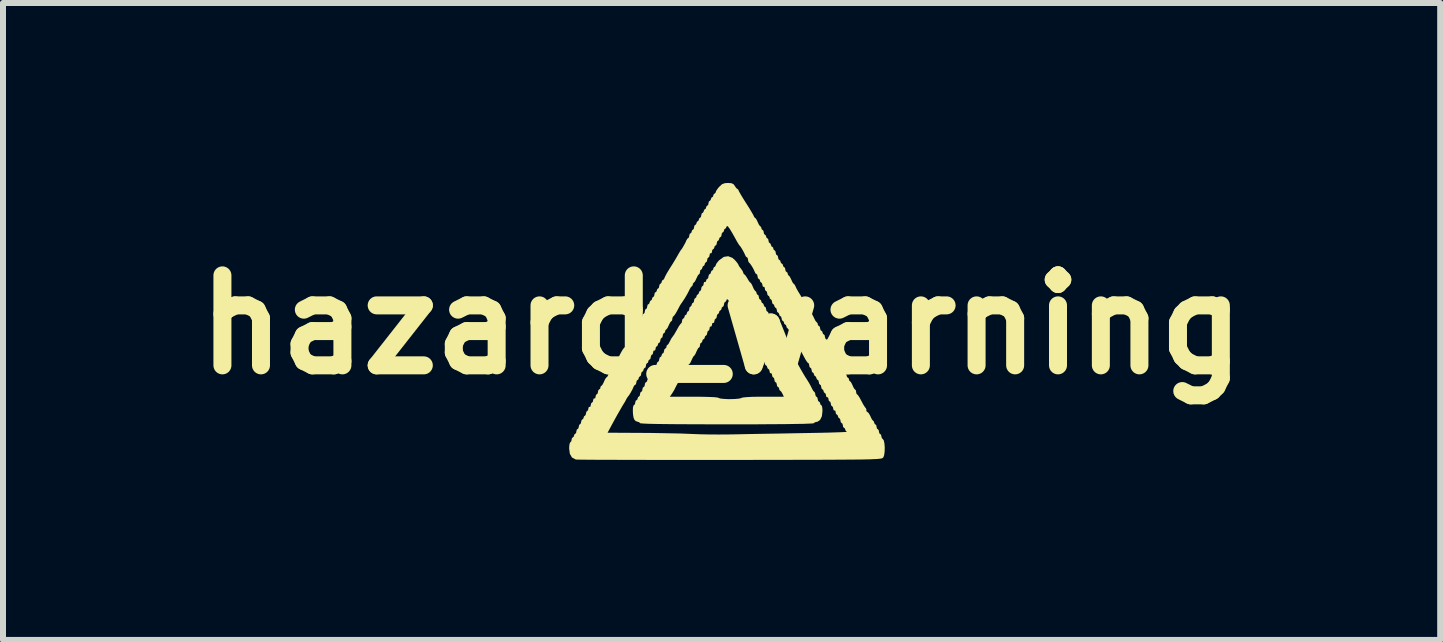
<source format=kicad_pcb>
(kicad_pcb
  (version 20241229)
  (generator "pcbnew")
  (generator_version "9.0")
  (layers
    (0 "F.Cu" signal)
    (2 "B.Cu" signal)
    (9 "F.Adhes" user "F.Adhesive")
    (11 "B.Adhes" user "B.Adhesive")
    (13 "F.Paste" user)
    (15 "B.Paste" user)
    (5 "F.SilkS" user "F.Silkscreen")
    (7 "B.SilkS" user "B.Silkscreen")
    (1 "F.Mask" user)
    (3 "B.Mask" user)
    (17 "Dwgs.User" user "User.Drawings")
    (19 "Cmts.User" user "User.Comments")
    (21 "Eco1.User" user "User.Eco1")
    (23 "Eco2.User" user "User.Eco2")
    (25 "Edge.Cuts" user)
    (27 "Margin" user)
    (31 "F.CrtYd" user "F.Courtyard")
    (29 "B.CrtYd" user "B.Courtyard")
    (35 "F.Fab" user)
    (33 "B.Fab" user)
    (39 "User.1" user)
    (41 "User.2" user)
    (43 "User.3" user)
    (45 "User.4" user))
  (footprint "hazard_warning"
    (layer "F.Cu")
    (at 8.979 2.362)
    (property "Reference" "hazard_warning" (at 0 0 0) (layer "F.SilkS") (effects (font (size 1.5 1.5) (thickness 0.3))))
    (attr board_only exclude_from_pos_files exclude_from_bom)
    (fp_poly (pts (xy 0.18 -1.113) (xy 0.22 -1.078) (xy 0.257 -1.035) (xy 0.278 -1.004) (xy 0.28 -0.997) (xy 0.293 -0.971) (xy 0.32 -0.936) (xy 0.349 -0.896) (xy 0.36 -0.867) (xy 0.37 -0.843) (xy 0.376 -0.841) (xy 0.394 -0.825) (xy 0.421 -0.785) (xy 0.429 -0.771) (xy 0.456 -0.726) (xy 0.476 -0.702) (xy 0.48 -0.701) (xy 0.495 -0.684) (xy 0.516 -0.643) (xy 0.52 -0.63) (xy 0.542 -0.585) (xy 0.561 -0.561) (xy 0.564 -0.56) (xy 0.579 -0.544) (xy 0.58 -0.53) (xy 0.591 -0.504) (xy 0.6 -0.5) (xy 0.617 -0.484) (xy 0.62 -0.46) (xy 0.629 -0.428) (xy 0.641 -0.42) (xy 0.658 -0.404) (xy 0.661 -0.39) (xy 0.671 -0.364) (xy 0.681 -0.36) (xy 0.698 -0.344) (xy 0.701 -0.33) (xy 0.711 -0.304) (xy 0.721 -0.3) (xy 0.737 -0.283) (xy 0.741 -0.26) (xy 0.749 -0.228) (xy 0.761 -0.22) (xy 0.778 -0.204) (xy 0.781 -0.19) (xy 0.791 -0.164) (xy 0.801 -0.16) (xy 0.818 -0.144) (xy 0.821 -0.13) (xy 0.831 -0.103) (xy 0.841 -0.1) (xy 0.857 -0.083) (xy 0.861 -0.06) (xy 0.869 -0.028) (xy 0.881 -0.02) (xy 0.898 -0.003) (xy 0.901 0.016) (xy 0.916 0.054) (xy 0.941 0.08) (xy 0.972 0.116) (xy 0.981 0.145) (xy 0.99 0.175) (xy 1.001 0.18) (xy 1.017 0.197) (xy 1.021 0.22) (xy 1.029 0.253) (xy 1.041 0.26) (xy 1.059 0.276) (xy 1.061 0.289) (xy 1.07 0.318) (xy 1.076 0.324) (xy 1.092 0.344) (xy 1.119 0.389) (xy 1.141 0.43) (xy 1.17 0.487) (xy 1.192 0.528) (xy 1.201 0.54) (xy 1.21 0.552) (xy 1.226 0.578) (xy 1.252 0.623) (xy 1.291 0.694) (xy 1.316 0.739) (xy 1.359 0.813) (xy 1.405 0.889) (xy 1.42 0.911) (xy 1.46 0.976) (xy 1.494 1.039) (xy 1.502 1.057) (xy 1.525 1.099) (xy 1.544 1.12) (xy 1.546 1.121) (xy 1.558 1.138) (xy 1.561 1.161) (xy 1.57 1.193) (xy 1.581 1.201) (xy 1.598 1.218) (xy 1.601 1.241) (xy 1.61 1.274) (xy 1.621 1.281) (xy 1.639 1.297) (xy 1.641 1.311) (xy 1.652 1.338) (xy 1.661 1.341) (xy 1.673 1.359) (xy 1.68 1.405) (xy 1.681 1.441) (xy 1.671 1.527) (xy 1.641 1.588) (xy 1.596 1.619) (xy 1.577 1.621) (xy 1.547 1.631) (xy 1.541 1.641) (xy 1.521 1.646) (xy 1.462 1.649) (xy 1.363 1.653) (xy 1.225 1.655) (xy 1.049 1.658) (xy 0.834 1.659) (xy 0.582 1.661) (xy 0.292 1.661) (xy 0.09 1.661) (xy -0.223 1.661) (xy -0.499 1.66) (xy -0.737 1.659) (xy -0.938 1.657) (xy -1.1 1.655) (xy -1.224 1.652) (xy -1.308 1.648) (xy -1.353 1.644) (xy -1.361 1.641) (xy -1.377 1.624) (xy -1.394 1.621) (xy -1.432 1.607) (xy -1.453 1.586) (xy -1.468 1.551) (xy -1.477 1.496) (xy -1.48 1.436) (xy -1.478 1.382) (xy -1.469 1.347) (xy -1.461 1.341) (xy -1.445 1.324) (xy -1.441 1.301) (xy -1.433 1.268) (xy -1.421 1.261) (xy -1.403 1.245) (xy -1.401 1.231) (xy -1.39 1.204) (xy -1.381 1.201) (xy -0.863 1.201) (xy -0.463 1.201) (xy -0.321 1.202) (xy -0.205 1.205) (xy -0.118 1.209) (xy -0.066 1.215) (xy -0.05 1.221) (xy -0.026 1.23) (xy 0.029 1.237) (xy 0.104 1.241) (xy 0.14 1.241) (xy 0.221 1.239) (xy 0.285 1.233) (xy 0.324 1.225) (xy 0.33 1.221) (xy 0.355 1.214) (xy 0.414 1.208) (xy 0.505 1.203) (xy 0.623 1.201) (xy 0.69 1.201) (xy 1.037 1.201) (xy 1.014 1.151) (xy 0.992 1.114) (xy 0.976 1.101) (xy 0.962 1.085) (xy 0.961 1.071) (xy 0.95 1.044) (xy 0.941 1.041) (xy 0.924 1.024) (xy 0.921 1.001) (xy 0.912 0.968) (xy 0.901 0.961) (xy 0.884 0.944) (xy 0.881 0.921) (xy 0.872 0.888) (xy 0.861 0.881) (xy 0.845 0.864) (xy 0.841 0.839) (xy 0.833 0.812) (xy 0.821 0.811) (xy 0.805 0.805) (xy 0.801 0.782) (xy 0.792 0.749) (xy 0.781 0.741) (xy 0.763 0.724) (xy 0.761 0.711) (xy 0.75 0.684) (xy 0.741 0.681) (xy 0.724 0.664) (xy 0.721 0.641) (xy 0.712 0.608) (xy 0.701 0.6) (xy 0.684 0.584) (xy 0.681 0.559) (xy 0.673 0.532) (xy 0.661 0.53) (xy 0.645 0.524) (xy 0.641 0.502) (xy 0.632 0.468) (xy 0.62 0.46) (xy 0.604 0.444) (xy 0.6 0.42) (xy 0.592 0.388) (xy 0.58 0.38) (xy 0.563 0.364) (xy 0.56 0.35) (xy 0.552 0.324) (xy 0.544 0.32) (xy 0.527 0.304) (xy 0.505 0.262) (xy 0.5 0.25) (xy 0.479 0.205) (xy 0.46 0.181) (xy 0.457 0.18) (xy 0.443 0.163) (xy 0.44 0.14) (xy 0.433 0.108) (xy 0.423 0.1) (xy 0.403 0.084) (xy 0.394 0.065) (xy 0.377 0.026) (xy 0.349 -0.026) (xy 0.319 -0.074) (xy 0.3 -0.1) (xy 0.289 -0.114) (xy 0.27 -0.146) (xy 0.237 -0.203) (xy 0.211 -0.25) (xy 0.158 -0.34) (xy 0.121 -0.397) (xy 0.098 -0.423) (xy 0.086 -0.421) (xy 0.084 -0.415) (xy 0.069 -0.385) (xy 0.059 -0.38) (xy 0.044 -0.364) (xy 0.04 -0.34) (xy 0.032 -0.308) (xy 0.02 -0.3) (xy 0.002 -0.284) (xy 0 -0.27) (xy -0.011 -0.244) (xy -0.02 -0.24) (xy -0.038 -0.224) (xy -0.04 -0.21) (xy -0.051 -0.184) (xy -0.06 -0.18) (xy -0.076 -0.163) (xy -0.08 -0.14) (xy -0.088 -0.108) (xy -0.1 -0.1) (xy -0.116 -0.083) (xy -0.12 -0.059) (xy -0.128 -0.031) (xy -0.14 -0.03) (xy -0.156 -0.024) (xy -0.16 0) (xy -0.168 0.028) (xy -0.18 0.03) (xy -0.196 0.036) (xy -0.2 0.059) (xy -0.208 0.092) (xy -0.22 0.1) (xy -0.236 0.117) (xy -0.24 0.14) (xy -0.249 0.173) (xy -0.26 0.18) (xy -0.278 0.196) (xy -0.28 0.21) (xy -0.291 0.237) (xy -0.3 0.24) (xy -0.318 0.256) (xy -0.32 0.27) (xy -0.331 0.297) (xy -0.34 0.3) (xy -0.357 0.317) (xy -0.36 0.34) (xy -0.367 0.373) (xy -0.377 0.38) (xy -0.394 0.397) (xy -0.415 0.438) (xy -0.42 0.45) (xy -0.441 0.496) (xy -0.458 0.519) (xy -0.46 0.52) (xy -0.475 0.537) (xy -0.495 0.578) (xy -0.5 0.59) (xy -0.522 0.636) (xy -0.541 0.66) (xy -0.544 0.661) (xy -0.56 0.676) (xy -0.56 0.68) (xy -0.571 0.706) (xy -0.597 0.754) (xy -0.63 0.809) (xy -0.667 0.869) (xy -0.692 0.916) (xy -0.701 0.94) (xy -0.712 0.96) (xy -0.716 0.961) (xy -0.733 0.977) (xy -0.755 1.018) (xy -0.759 1.026) (xy -0.791 1.09) (xy -0.825 1.146) (xy -0.863 1.201) (xy -1.381 1.201) (xy -1.365 1.184) (xy -1.361 1.161) (xy -1.353 1.128) (xy -1.341 1.121) (xy -1.325 1.104) (xy -1.321 1.081) (xy -1.313 1.048) (xy -1.301 1.041) (xy -1.285 1.024) (xy -1.281 1.001) (xy -1.273 0.968) (xy -1.261 0.961) (xy -1.243 0.945) (xy -1.241 0.931) (xy -1.23 0.904) (xy -1.221 0.901) (xy -1.205 0.884) (xy -1.201 0.859) (xy -1.193 0.832) (xy -1.181 0.831) (xy -1.165 0.825) (xy -1.161 0.802) (xy -1.153 0.769) (xy -1.141 0.761) (xy -1.125 0.744) (xy -1.121 0.721) (xy -1.113 0.688) (xy -1.101 0.681) (xy -1.083 0.664) (xy -1.081 0.651) (xy -1.07 0.624) (xy -1.061 0.62) (xy -1.045 0.604) (xy -1.041 0.58) (xy -1.032 0.548) (xy -1.021 0.54) (xy -1.003 0.524) (xy -1.001 0.51) (xy -0.99 0.484) (xy -0.981 0.48) (xy -0.965 0.464) (xy -0.961 0.44) (xy -0.952 0.408) (xy -0.941 0.4) (xy -0.923 0.384) (xy -0.921 0.37) (xy -0.913 0.344) (xy -0.906 0.34) (xy -0.888 0.324) (xy -0.866 0.284) (xy -0.864 0.28) (xy -0.838 0.23) (xy -0.813 0.195) (xy -0.791 0.164) (xy -0.76 0.111) (xy -0.74 0.075) (xy -0.71 0.022) (xy -0.685 -0.012) (xy -0.676 -0.02) (xy -0.663 -0.037) (xy -0.661 -0.06) (xy -0.652 -0.093) (xy -0.641 -0.1) (xy -0.623 -0.116) (xy -0.62 -0.13) (xy -0.61 -0.157) (xy -0.6 -0.16) (xy -0.583 -0.176) (xy -0.58 -0.19) (xy -0.57 -0.217) (xy -0.56 -0.22) (xy -0.544 -0.237) (xy -0.54 -0.26) (xy -0.532 -0.293) (xy -0.52 -0.3) (xy -0.503 -0.316) (xy -0.5 -0.33) (xy -0.49 -0.357) (xy -0.48 -0.36) (xy -0.464 -0.377) (xy -0.46 -0.4) (xy -0.452 -0.433) (xy -0.44 -0.44) (xy -0.423 -0.457) (xy -0.42 -0.47) (xy -0.41 -0.497) (xy -0.4 -0.5) (xy -0.383 -0.517) (xy -0.38 -0.53) (xy -0.369 -0.557) (xy -0.36 -0.56) (xy -0.344 -0.577) (xy -0.34 -0.6) (xy -0.332 -0.633) (xy -0.32 -0.641) (xy -0.304 -0.657) (xy -0.3 -0.682) (xy -0.293 -0.709) (xy -0.28 -0.711) (xy -0.263 -0.715) (xy -0.26 -0.729) (xy -0.25 -0.757) (xy -0.24 -0.761) (xy -0.224 -0.777) (xy -0.22 -0.801) (xy -0.212 -0.833) (xy -0.2 -0.841) (xy -0.182 -0.857) (xy -0.18 -0.871) (xy -0.169 -0.897) (xy -0.16 -0.901) (xy -0.142 -0.917) (xy -0.14 -0.931) (xy -0.129 -0.957) (xy -0.12 -0.961) (xy -0.102 -0.977) (xy -0.1 -0.988) (xy -0.087 -1.018) (xy -0.053 -1.061) (xy -0.036 -1.078) (xy 0.037 -1.13) (xy 0.109 -1.141)) (stroke (width 0) (type solid)) (fill yes) (layer "F.SilkS"))
    (fp_poly (pts (xy 0.165 -2.358) (xy 0.199 -2.341) (xy 0.22 -2.312) (xy 0.245 -2.275) (xy 0.264 -2.262) (xy 0.28 -2.247) (xy 0.28 -2.242) (xy 0.291 -2.219) (xy 0.319 -2.169) (xy 0.36 -2.101) (xy 0.41 -2.022) (xy 0.461 -1.942) (xy 0.502 -1.873) (xy 0.53 -1.824) (xy 0.54 -1.801) (xy 0.553 -1.782) (xy 0.557 -1.781) (xy 0.574 -1.765) (xy 0.596 -1.723) (xy 0.6 -1.711) (xy 0.622 -1.666) (xy 0.641 -1.642) (xy 0.644 -1.641) (xy 0.659 -1.625) (xy 0.661 -1.611) (xy 0.671 -1.585) (xy 0.681 -1.581) (xy 0.697 -1.564) (xy 0.701 -1.541) (xy 0.709 -1.509) (xy 0.721 -1.501) (xy 0.738 -1.485) (xy 0.741 -1.471) (xy 0.751 -1.445) (xy 0.761 -1.441) (xy 0.777 -1.424) (xy 0.781 -1.401) (xy 0.789 -1.369) (xy 0.801 -1.361) (xy 0.818 -1.345) (xy 0.821 -1.331) (xy 0.831 -1.304) (xy 0.841 -1.301) (xy 0.858 -1.285) (xy 0.861 -1.271) (xy 0.871 -1.244) (xy 0.881 -1.241) (xy 0.897 -1.224) (xy 0.901 -1.201) (xy 0.909 -1.168) (xy 0.921 -1.161) (xy 0.937 -1.144) (xy 0.941 -1.121) (xy 0.949 -1.088) (xy 0.961 -1.081) (xy 0.979 -1.065) (xy 0.981 -1.051) (xy 0.992 -1.024) (xy 1.001 -1.021) (xy 1.019 -1.005) (xy 1.021 -0.991) (xy 1.032 -0.964) (xy 1.041 -0.961) (xy 1.057 -0.944) (xy 1.061 -0.921) (xy 1.069 -0.888) (xy 1.081 -0.881) (xy 1.099 -0.864) (xy 1.101 -0.851) (xy 1.11 -0.824) (xy 1.117 -0.821) (xy 1.134 -0.804) (xy 1.156 -0.762) (xy 1.161 -0.751) (xy 1.182 -0.705) (xy 1.2 -0.682) (xy 1.202 -0.681) (xy 1.219 -0.664) (xy 1.228 -0.646) (xy 1.245 -0.608) (xy 1.275 -0.554) (xy 1.29 -0.53) (xy 1.332 -0.461) (xy 1.377 -0.384) (xy 1.391 -0.36) (xy 1.442 -0.271) (xy 1.477 -0.213) (xy 1.499 -0.184) (xy 1.503 -0.18) (xy 1.518 -0.157) (xy 1.54 -0.112) (xy 1.543 -0.105) (xy 1.565 -0.062) (xy 1.584 -0.041) (xy 1.586 -0.04) (xy 1.6 -0.024) (xy 1.601 -0.01) (xy 1.612 0.017) (xy 1.621 0.02) (xy 1.638 0.037) (xy 1.641 0.06) (xy 1.65 0.093) (xy 1.661 0.1) (xy 1.679 0.116) (xy 1.681 0.13) (xy 1.692 0.157) (xy 1.701 0.16) (xy 1.718 0.177) (xy 1.721 0.2) (xy 1.73 0.233) (xy 1.741 0.24) (xy 1.759 0.256) (xy 1.761 0.27) (xy 1.772 0.297) (xy 1.781 0.3) (xy 1.798 0.317) (xy 1.801 0.34) (xy 1.81 0.373) (xy 1.821 0.38) (xy 1.839 0.397) (xy 1.841 0.41) (xy 1.852 0.437) (xy 1.861 0.44) (xy 1.878 0.457) (xy 1.881 0.48) (xy 1.89 0.513) (xy 1.901 0.52) (xy 1.918 0.537) (xy 1.922 0.56) (xy 1.93 0.593) (xy 1.942 0.6) (xy 1.959 0.617) (xy 1.962 0.63) (xy 1.972 0.657) (xy 1.982 0.661) (xy 1.999 0.677) (xy 2.002 0.691) (xy 2.012 0.717) (xy 2.022 0.721) (xy 2.038 0.737) (xy 2.042 0.761) (xy 2.05 0.793) (xy 2.062 0.801) (xy 2.078 0.817) (xy 2.082 0.841) (xy 2.09 0.873) (xy 2.102 0.881) (xy 2.119 0.897) (xy 2.122 0.911) (xy 2.13 0.937) (xy 2.138 0.941) (xy 2.155 0.957) (xy 2.177 0.999) (xy 2.182 1.011) (xy 2.203 1.056) (xy 2.222 1.08) (xy 2.225 1.081) (xy 2.239 1.098) (xy 2.242 1.121) (xy 2.248 1.153) (xy 2.258 1.161) (xy 2.274 1.177) (xy 2.302 1.22) (xy 2.329 1.271) (xy 2.361 1.331) (xy 2.389 1.375) (xy 2.404 1.392) (xy 2.414 1.416) (xy 2.411 1.423) (xy 2.415 1.445) (xy 2.427 1.452) (xy 2.453 1.477) (xy 2.479 1.523) (xy 2.482 1.532) (xy 2.504 1.577) (xy 2.523 1.6) (xy 2.526 1.601) (xy 2.54 1.618) (xy 2.542 1.631) (xy 2.553 1.658) (xy 2.562 1.661) (xy 2.578 1.678) (xy 2.582 1.701) (xy 2.59 1.734) (xy 2.602 1.741) (xy 2.618 1.758) (xy 2.622 1.781) (xy 2.63 1.814) (xy 2.642 1.821) (xy 2.659 1.838) (xy 2.662 1.86) (xy 2.673 1.895) (xy 2.686 1.906) (xy 2.703 1.93) (xy 2.714 1.982) (xy 2.719 2.048) (xy 2.717 2.117) (xy 2.709 2.177) (xy 2.695 2.212) (xy 2.69 2.218) (xy 2.683 2.223) (xy 2.672 2.228) (xy 2.655 2.232) (xy 2.63 2.235) (xy 2.594 2.239) (xy 2.546 2.241) (xy 2.483 2.244) (xy 2.404 2.246) (xy 2.306 2.248) (xy 2.187 2.249) (xy 2.046 2.25) (xy 1.879 2.251) (xy 1.686 2.252) (xy 1.464 2.253) (xy 1.21 2.253) (xy 0.923 2.254) (xy 0.601 2.254) (xy 0.242 2.255) (xy 0.137 2.255) (xy -0.179 2.255) (xy -0.484 2.255) (xy -0.775 2.255) (xy -1.051 2.255) (xy -1.309 2.254) (xy -1.547 2.254) (xy -1.761 2.253) (xy -1.951 2.253) (xy -2.112 2.252) (xy -2.243 2.251) (xy -2.342 2.25) (xy -2.406 2.249) (xy -2.432 2.248) (xy -2.432 2.247) (xy -2.494 2.215) (xy -2.53 2.153) (xy -2.542 2.062) (xy -2.538 2.005) (xy -2.529 1.969) (xy -2.522 1.962) (xy -2.506 1.945) (xy -2.502 1.922) (xy -2.494 1.889) (xy -2.482 1.881) (xy -2.464 1.865) (xy -2.462 1.851) (xy -2.451 1.825) (xy -2.442 1.821) (xy -2.426 1.805) (xy -2.425 1.801) (xy -1.901 1.801) (xy -1.346 1.804) (xy -1.181 1.805) (xy -1.01 1.808) (xy -0.845 1.811) (xy -0.693 1.814) (xy -0.565 1.819) (xy -0.49 1.822) (xy -0.363 1.827) (xy -0.212 1.83) (xy -0.05 1.831) (xy 0.105 1.83) (xy 0.18 1.829) (xy 0.288 1.827) (xy 0.428 1.824) (xy 0.594 1.821) (xy 0.777 1.818) (xy 0.97 1.815) (xy 1.166 1.811) (xy 1.331 1.808) (xy 1.502 1.805) (xy 1.659 1.802) (xy 1.798 1.799) (xy 1.914 1.795) (xy 2.003 1.792) (xy 2.062 1.789) (xy 2.087 1.787) (xy 2.087 1.787) (xy 2.064 1.762) (xy 2.062 1.75) (xy 2.05 1.724) (xy 2.042 1.721) (xy 2.025 1.705) (xy 2.022 1.681) (xy 2.013 1.649) (xy 2.002 1.641) (xy 1.985 1.625) (xy 1.982 1.601) (xy 1.973 1.569) (xy 1.962 1.561) (xy 1.944 1.545) (xy 1.942 1.531) (xy 1.931 1.505) (xy 1.922 1.501) (xy 1.905 1.484) (xy 1.901 1.46) (xy 1.894 1.432) (xy 1.881 1.431) (xy 1.866 1.425) (xy 1.861 1.402) (xy 1.853 1.369) (xy 1.841 1.361) (xy 1.825 1.344) (xy 1.821 1.321) (xy 1.813 1.289) (xy 1.801 1.281) (xy 1.785 1.264) (xy 1.781 1.24) (xy 1.774 1.212) (xy 1.761 1.211) (xy 1.746 1.205) (xy 1.741 1.182) (xy 1.733 1.149) (xy 1.721 1.141) (xy 1.704 1.125) (xy 1.701 1.111) (xy 1.691 1.084) (xy 1.681 1.081) (xy 1.665 1.064) (xy 1.661 1.041) (xy 1.653 1.008) (xy 1.641 1.001) (xy 1.625 0.984) (xy 1.621 0.961) (xy 1.613 0.928) (xy 1.601 0.921) (xy 1.584 0.905) (xy 1.581 0.891) (xy 1.57 0.864) (xy 1.561 0.861) (xy 1.543 0.844) (xy 1.541 0.831) (xy 1.53 0.804) (xy 1.521 0.801) (xy 1.505 0.784) (xy 1.501 0.761) (xy 1.493 0.728) (xy 1.481 0.721) (xy 1.465 0.704) (xy 1.461 0.681) (xy 1.454 0.648) (xy 1.443 0.641) (xy 1.426 0.624) (xy 1.398 0.581) (xy 1.373 0.535) (xy 1.331 0.457) (xy 1.281 0.37) (xy 1.251 0.32) (xy 1.208 0.248) (xy 1.168 0.177) (xy 1.147 0.135) (xy 1.121 0.088) (xy 1.101 0.062) (xy 1.096 0.06) (xy 1.083 0.044) (xy 1.081 0.03) (xy 1.07 0.003) (xy 1.061 0) (xy 1.043 -0.016) (xy 1.041 -0.03) (xy 1.03 -0.057) (xy 1.021 -0.06) (xy 1.005 -0.077) (xy 1.001 -0.1) (xy 0.992 -0.133) (xy 0.981 -0.14) (xy 0.963 -0.156) (xy 0.961 -0.17) (xy 0.95 -0.197) (xy 0.941 -0.2) (xy 0.924 -0.217) (xy 0.921 -0.24) (xy 0.912 -0.273) (xy 0.901 -0.28) (xy 0.883 -0.296) (xy 0.881 -0.31) (xy 0.87 -0.337) (xy 0.861 -0.34) (xy 0.844 -0.357) (xy 0.841 -0.38) (xy 0.832 -0.413) (xy 0.821 -0.42) (xy 0.803 -0.437) (xy 0.801 -0.45) (xy 0.79 -0.477) (xy 0.781 -0.48) (xy 0.764 -0.497) (xy 0.761 -0.52) (xy 0.752 -0.553) (xy 0.741 -0.56) (xy 0.724 -0.577) (xy 0.721 -0.602) (xy 0.713 -0.629) (xy 0.701 -0.63) (xy 0.685 -0.637) (xy 0.681 -0.659) (xy 0.672 -0.693) (xy 0.661 -0.701) (xy 0.643 -0.717) (xy 0.641 -0.731) (xy 0.63 -0.757) (xy 0.62 -0.761) (xy 0.604 -0.777) (xy 0.6 -0.801) (xy 0.593 -0.833) (xy 0.583 -0.841) (xy 0.563 -0.857) (xy 0.554 -0.876) (xy 0.535 -0.919) (xy 0.507 -0.97) (xy 0.477 -1.014) (xy 0.456 -1.037) (xy 0.455 -1.037) (xy 0.443 -1.06) (xy 0.44 -1.083) (xy 0.433 -1.114) (xy 0.423 -1.121) (xy 0.403 -1.137) (xy 0.394 -1.156) (xy 0.376 -1.196) (xy 0.348 -1.248) (xy 0.319 -1.295) (xy 0.298 -1.321) (xy 0.282 -1.343) (xy 0.255 -1.388) (xy 0.237 -1.421) (xy 0.179 -1.525) (xy 0.136 -1.596) (xy 0.107 -1.635) (xy 0.09 -1.646) (xy 0.084 -1.636) (xy 0.069 -1.606) (xy 0.059 -1.601) (xy 0.042 -1.585) (xy 0.04 -1.571) (xy 0.029 -1.545) (xy 0.02 -1.541) (xy 0.004 -1.524) (xy 0 -1.501) (xy -0.008 -1.469) (xy -0.02 -1.461) (xy -0.038 -1.445) (xy -0.04 -1.431) (xy -0.051 -1.404) (xy -0.06 -1.401) (xy -0.076 -1.384) (xy -0.08 -1.361) (xy -0.088 -1.329) (xy -0.1 -1.321) (xy -0.118 -1.305) (xy -0.12 -1.291) (xy -0.131 -1.264) (xy -0.14 -1.261) (xy -0.156 -1.244) (xy -0.16 -1.22) (xy -0.168 -1.192) (xy -0.18 -1.191) (xy -0.196 -1.185) (xy -0.2 -1.162) (xy -0.208 -1.129) (xy -0.22 -1.121) (xy -0.236 -1.104) (xy -0.24 -1.081) (xy -0.249 -1.048) (xy -0.26 -1.041) (xy -0.278 -1.025) (xy -0.28 -1.011) (xy -0.291 -0.984) (xy -0.3 -0.981) (xy -0.318 -0.965) (xy -0.32 -0.951) (xy -0.331 -0.924) (xy -0.34 -0.921) (xy -0.357 -0.904) (xy -0.36 -0.881) (xy -0.367 -0.848) (xy -0.377 -0.841) (xy -0.394 -0.824) (xy -0.415 -0.782) (xy -0.42 -0.771) (xy -0.442 -0.725) (xy -0.461 -0.702) (xy -0.464 -0.701) (xy -0.479 -0.684) (xy -0.48 -0.671) (xy -0.489 -0.644) (xy -0.496 -0.641) (xy -0.513 -0.624) (xy -0.536 -0.584) (xy -0.539 -0.576) (xy -0.573 -0.51) (xy -0.619 -0.432) (xy -0.666 -0.362) (xy -0.675 -0.35) (xy -0.693 -0.322) (xy -0.72 -0.271) (xy -0.739 -0.235) (xy -0.769 -0.182) (xy -0.794 -0.148) (xy -0.804 -0.14) (xy -0.817 -0.123) (xy -0.821 -0.1) (xy -0.827 -0.068) (xy -0.837 -0.06) (xy -0.854 -0.043) (xy -0.876 -0.002) (xy -0.881 0.01) (xy -0.902 0.055) (xy -0.921 0.079) (xy -0.924 0.08) (xy -0.939 0.096) (xy -0.941 0.11) (xy -0.952 0.137) (xy -0.961 0.14) (xy -0.977 0.157) (xy -0.981 0.18) (xy -0.989 0.213) (xy -1.001 0.22) (xy -1.017 0.237) (xy -1.021 0.26) (xy -1.029 0.293) (xy -1.041 0.3) (xy -1.059 0.316) (xy -1.061 0.33) (xy -1.072 0.357) (xy -1.081 0.36) (xy -1.097 0.377) (xy -1.101 0.401) (xy -1.109 0.429) (xy -1.121 0.43) (xy -1.137 0.436) (xy -1.141 0.459) (xy -1.149 0.492) (xy -1.161 0.5) (xy -1.177 0.517) (xy -1.181 0.54) (xy -1.189 0.573) (xy -1.201 0.58) (xy -1.219 0.597) (xy -1.221 0.61) (xy -1.232 0.637) (xy -1.241 0.641) (xy -1.257 0.657) (xy -1.261 0.681) (xy -1.269 0.713) (xy -1.281 0.721) (xy -1.299 0.737) (xy -1.301 0.751) (xy -1.312 0.777) (xy -1.321 0.781) (xy -1.337 0.797) (xy -1.341 0.821) (xy -1.349 0.853) (xy -1.361 0.861) (xy -1.379 0.877) (xy -1.381 0.891) (xy -1.392 0.917) (xy -1.401 0.921) (xy -1.417 0.937) (xy -1.421 0.961) (xy -1.429 0.993) (xy -1.439 1.001) (xy -1.459 1.017) (xy -1.468 1.036) (xy -1.485 1.075) (xy -1.513 1.127) (xy -1.542 1.175) (xy -1.563 1.201) (xy -1.58 1.226) (xy -1.588 1.241) (xy -1.611 1.285) (xy -1.621 1.301) (xy -1.65 1.348) (xy -1.691 1.419) (xy -1.741 1.506) (xy -1.791 1.597) (xy -1.834 1.676) (xy -1.901 1.801) (xy -2.425 1.801) (xy -2.422 1.781) (xy -2.414 1.749) (xy -2.402 1.741) (xy -2.386 1.725) (xy -2.382 1.701) (xy -2.373 1.669) (xy -2.362 1.661) (xy -2.346 1.645) (xy -2.342 1.621) (xy -2.333 1.589) (xy -2.322 1.581) (xy -2.304 1.565) (xy -2.302 1.551) (xy -2.291 1.525) (xy -2.282 1.521) (xy -2.266 1.504) (xy -2.262 1.481) (xy -2.253 1.449) (xy -2.242 1.441) (xy -2.226 1.424) (xy -2.222 1.4) (xy -2.214 1.372) (xy -2.202 1.371) (xy -2.186 1.365) (xy -2.182 1.342) (xy -2.174 1.309) (xy -2.162 1.301) (xy -2.146 1.284) (xy -2.142 1.26) (xy -2.134 1.232) (xy -2.122 1.231) (xy -2.106 1.225) (xy -2.102 1.202) (xy -2.093 1.169) (xy -2.082 1.161) (xy -2.065 1.144) (xy -2.062 1.121) (xy -2.053 1.088) (xy -2.042 1.081) (xy -2.024 1.065) (xy -2.022 1.051) (xy -2.013 1.024) (xy -2.005 1.021) (xy -1.988 1.004) (xy -1.966 0.963) (xy -1.962 0.951) (xy -1.94 0.905) (xy -1.923 0.882) (xy -1.92 0.881) (xy -1.903 0.864) (xy -1.894 0.846) (xy -1.874 0.8) (xy -1.857 0.771) (xy -1.791 0.665) (xy -1.74 0.581) (xy -1.7 0.508) (xy -1.683 0.475) (xy -1.653 0.422) (xy -1.628 0.388) (xy -1.618 0.38) (xy -1.604 0.364) (xy -1.601 0.34) (xy -1.593 0.308) (xy -1.581 0.3) (xy -1.565 0.283) (xy -1.561 0.26) (xy -1.553 0.228) (xy -1.541 0.22) (xy -1.523 0.204) (xy -1.521 0.19) (xy -1.51 0.164) (xy -1.501 0.16) (xy -1.483 0.144) (xy -1.481 0.13) (xy -1.47 0.103) (xy -1.461 0.1) (xy -1.445 0.083) (xy -1.441 0.06) (xy -1.433 0.028) (xy -1.421 0.02) (xy -1.405 0.003) (xy -1.401 -0.02) (xy -1.393 -0.053) (xy -1.381 -0.06) (xy -1.363 -0.076) (xy -1.361 -0.09) (xy -1.35 -0.117) (xy -1.341 -0.12) (xy -1.323 -0.136) (xy -1.321 -0.15) (xy -1.31 -0.177) (xy -1.301 -0.18) (xy -1.285 -0.197) (xy -1.281 -0.22) (xy -1.273 -0.253) (xy -1.261 -0.26) (xy -1.245 -0.277) (xy -1.241 -0.3) (xy -1.233 -0.333) (xy -1.221 -0.34) (xy -1.203 -0.356) (xy -1.201 -0.37) (xy -1.19 -0.397) (xy -1.181 -0.4) (xy -1.163 -0.417) (xy -1.161 -0.43) (xy -1.15 -0.457) (xy -1.141 -0.46) (xy -1.125 -0.477) (xy -1.121 -0.5) (xy -1.113 -0.533) (xy -1.101 -0.54) (xy -1.083 -0.557) (xy -1.081 -0.57) (xy -1.07 -0.597) (xy -1.061 -0.6) (xy -1.045 -0.617) (xy -1.041 -0.641) (xy -1.032 -0.673) (xy -1.021 -0.681) (xy -1.003 -0.697) (xy -1.001 -0.711) (xy -0.991 -0.737) (xy -0.983 -0.741) (xy -0.963 -0.757) (xy -0.954 -0.776) (xy -0.939 -0.809) (xy -0.913 -0.858) (xy -0.87 -0.929) (xy -0.818 -1.011) (xy -0.777 -1.078) (xy -0.738 -1.145) (xy -0.729 -1.161) (xy -0.702 -1.208) (xy -0.683 -1.238) (xy -0.681 -1.241) (xy -0.658 -1.271) (xy -0.629 -1.321) (xy -0.601 -1.373) (xy -0.587 -1.406) (xy -0.569 -1.436) (xy -0.558 -1.441) (xy -0.544 -1.458) (xy -0.54 -1.481) (xy -0.532 -1.514) (xy -0.52 -1.521) (xy -0.503 -1.537) (xy -0.5 -1.551) (xy -0.49 -1.578) (xy -0.48 -1.581) (xy -0.464 -1.598) (xy -0.46 -1.621) (xy -0.452 -1.654) (xy -0.44 -1.661) (xy -0.423 -1.678) (xy -0.42 -1.691) (xy -0.41 -1.718) (xy -0.4 -1.721) (xy -0.383 -1.738) (xy -0.38 -1.751) (xy -0.369 -1.778) (xy -0.36 -1.781) (xy -0.344 -1.798) (xy -0.34 -1.821) (xy -0.332 -1.854) (xy -0.32 -1.861) (xy -0.302 -1.878) (xy -0.3 -1.891) (xy -0.289 -1.918) (xy -0.28 -1.922) (xy -0.262 -1.938) (xy -0.26 -1.952) (xy -0.249 -1.978) (xy -0.24 -1.982) (xy -0.224 -1.998) (xy -0.22 -2.022) (xy -0.212 -2.054) (xy -0.2 -2.062) (xy -0.182 -2.078) (xy -0.18 -2.092) (xy -0.169 -2.118) (xy -0.16 -2.122) (xy -0.142 -2.138) (xy -0.14 -2.152) (xy -0.129 -2.178) (xy -0.12 -2.182) (xy -0.102 -2.198) (xy -0.1 -2.207) (xy -0.087 -2.237) (xy -0.056 -2.28) (xy -0.041 -2.297) (xy 0.006 -2.341) (xy 0.055 -2.359) (xy 0.106 -2.362)) (stroke (width 0) (type solid)) (fill yes) (layer "F.SilkS")))
  (gr_rect
    (start -3 -3)
    (end 20.957 7.617)
    (stroke (width 0.1) (type default))
    (fill no)
    (layer "Edge.Cuts")))
</source>
